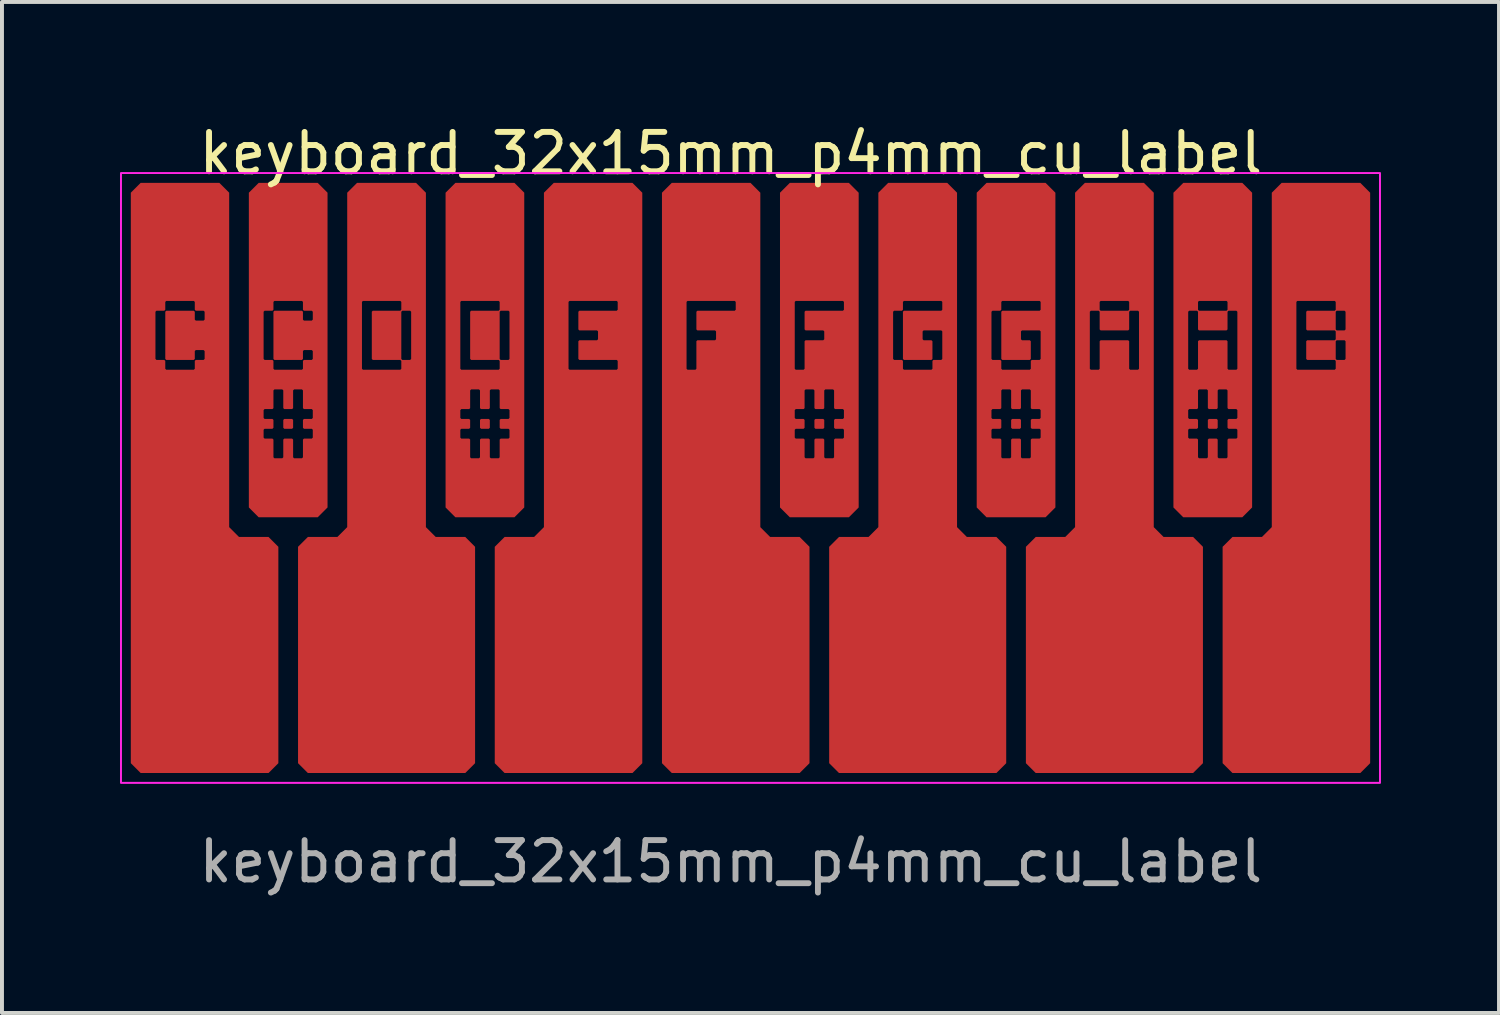
<source format=kicad_pcb>
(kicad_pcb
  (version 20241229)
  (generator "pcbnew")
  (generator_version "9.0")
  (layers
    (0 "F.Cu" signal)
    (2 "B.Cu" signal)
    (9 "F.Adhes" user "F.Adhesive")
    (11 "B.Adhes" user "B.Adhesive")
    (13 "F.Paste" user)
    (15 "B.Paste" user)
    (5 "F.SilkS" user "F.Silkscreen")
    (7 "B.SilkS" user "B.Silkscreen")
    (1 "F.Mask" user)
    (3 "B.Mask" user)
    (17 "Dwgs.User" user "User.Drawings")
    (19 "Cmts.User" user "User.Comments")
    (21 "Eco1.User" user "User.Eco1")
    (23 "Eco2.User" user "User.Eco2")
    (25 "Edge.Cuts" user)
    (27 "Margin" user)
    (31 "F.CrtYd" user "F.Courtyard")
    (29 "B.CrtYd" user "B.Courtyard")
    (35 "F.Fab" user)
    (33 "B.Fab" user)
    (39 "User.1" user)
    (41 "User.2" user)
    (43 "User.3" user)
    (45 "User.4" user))
  (footprint "keyboard_32x15mm_p4mm_cu_label"
    (layer "F.Cu")
    (at 15.525 1.598)
    (property "Reference" "keyboard_32x15mm_p4mm_cu_label" (at 0 -0.75 0) (unlocked yes) (layer "F.SilkS") (effects (font (size 1 1) (thickness 0.15))))
    (fp_poly (pts (xy -11.375 6.025) (xy -11.35 6) (xy -11.15 6) (xy -11.125 6.025) (xy -11.125 6.225) (xy -11.15 6.25) (xy -11.35 6.25) (xy -11.375 6.225)) (stroke (width 0) (type solid)) (fill yes) (layer "F.Cu"))
    (fp_poly (pts (xy -6.375 6.025) (xy -6.35 6) (xy -6.15 6) (xy -6.125 6.025) (xy -6.125 6.225) (xy -6.15 6.25) (xy -6.35 6.25) (xy -6.375 6.225)) (stroke (width 0) (type solid)) (fill yes) (layer "F.Cu"))
    (fp_poly (pts (xy 2.125 6.025) (xy 2.15 6) (xy 2.35 6) (xy 2.375 6.025) (xy 2.375 6.225) (xy 2.35 6.25) (xy 2.15 6.25) (xy 2.125 6.225)) (stroke (width 0) (type solid)) (fill yes) (layer "F.Cu"))
    (fp_poly (pts (xy 7.125 6.025) (xy 7.15 6) (xy 7.35 6) (xy 7.375 6.025) (xy 7.375 6.225) (xy 7.35 6.25) (xy 7.15 6.25) (xy 7.125 6.225)) (stroke (width 0) (type solid)) (fill yes) (layer "F.Cu"))
    (fp_poly (pts (xy 12.125 6.025) (xy 12.15 6) (xy 12.35 6) (xy 12.375 6.025) (xy 12.375 6.225) (xy 12.35 6.25) (xy 12.15 6.25) (xy 12.125 6.225)) (stroke (width 0) (type solid)) (fill yes) (layer "F.Cu"))
    (fp_poly (pts (xy -12.25 0.25) (xy -12 0) (xy -10.5 0) (xy -10.25 0.25) (xy -10.25 8.25) (xy -10.5 8.5) (xy -12 8.5) (xy -12.25 8.25)) (stroke (width 0) (type solid)) (fill yes) (layer "F.Mask"))
    (fp_poly (pts (xy -7.25 0.25) (xy -7 0) (xy -5.5 0) (xy -5.25 0.25) (xy -5.25 8.25) (xy -5.5 8.5) (xy -7 8.5) (xy -7.25 8.25)) (stroke (width 0) (type solid)) (fill yes) (layer "F.Mask"))
    (fp_poly (pts (xy 1.25 0.25) (xy 1.5 0) (xy 3 0) (xy 3.25 0.25) (xy 3.25 8.25) (xy 3 8.5) (xy 1.5 8.5) (xy 1.25 8.25)) (stroke (width 0) (type solid)) (fill yes) (layer "F.Mask"))
    (fp_poly (pts (xy 6.25 0.25) (xy 6.5 0) (xy 8 0) (xy 8.25 0.25) (xy 8.25 8.25) (xy 8 8.5) (xy 6.5 8.5) (xy 6.25 8.25)) (stroke (width 0) (type solid)) (fill yes) (layer "F.Mask"))
    (fp_poly (pts (xy 11.25 0.25) (xy 11.5 0) (xy 13 0) (xy 13.25 0.25) (xy 13.25 8.25) (xy 13 8.5) (xy 11.5 8.5) (xy 11.25 8.25)) (stroke (width 0) (type solid)) (fill yes) (layer "F.Mask"))
    (fp_poly (pts (xy -15.25 0.25) (xy -15 0) (xy -13 0) (xy -12.75 0.25) (xy -12.75 8.75) (xy -12.5 9) (xy -11.75 9) (xy -11.5 9.25) (xy -11.5 14.75) (xy -11.75 15) (xy -15 15) (xy -15.25 14.75)) (stroke (width 0) (type solid)) (fill yes) (layer "F.Mask"))
    (fp_poly (pts (xy -2.25 0.25) (xy -2.5 0) (xy -4.5 0) (xy -4.75 0.25) (xy -4.75 8.75) (xy -5 9) (xy -5.75 9) (xy -6 9.25) (xy -6 14.75) (xy -5.75 15) (xy -2.5 15) (xy -2.25 14.75)) (stroke (width 0) (type solid)) (fill yes) (layer "F.Mask"))
    (fp_poly (pts (xy -1.75 0.25) (xy -1.5 0) (xy 0.5 0) (xy 0.75 0.25) (xy 0.75 8.75) (xy 1 9) (xy 1.75 9) (xy 2 9.25) (xy 2 14.75) (xy 1.75 15) (xy -1.5 15) (xy -1.75 14.75)) (stroke (width 0) (type solid)) (fill yes) (layer "F.Mask"))
    (fp_poly (pts (xy 16.25 0.25) (xy 16 0) (xy 14 0) (xy 13.75 0.25) (xy 13.75 8.75) (xy 13.5 9) (xy 12.75 9) (xy 12.5 9.25) (xy 12.5 14.75) (xy 12.75 15) (xy 16 15) (xy 16.25 14.75)) (stroke (width 0) (type solid)) (fill yes) (layer "F.Mask"))
    (fp_poly (pts (xy -9.75 0.25) (xy -9.5 0) (xy -8 0) (xy -7.75 0.25) (xy -7.75 8.75) (xy -7.5 9) (xy -6.75 9) (xy -6.5 9.25) (xy -6.5 14.75) (xy -6.75 15) (xy -10.75 15) (xy -11 14.75) (xy -11 9.25) (xy -10.75 9) (xy -10 9) (xy -9.75 8.75)) (stroke (width 0) (type solid)) (fill yes) (layer "F.Mask"))
    (fp_poly (pts (xy 3.75 0.25) (xy 4 0) (xy 5.5 0) (xy 5.75 0.25) (xy 5.75 8.75) (xy 6 9) (xy 6.75 9) (xy 7 9.25) (xy 7 14.75) (xy 6.75 15) (xy 2.75 15) (xy 2.5 14.75) (xy 2.5 9.25) (xy 2.75 9) (xy 3.5 9) (xy 3.75 8.75)) (stroke (width 0) (type solid)) (fill yes) (layer "F.Mask"))
    (fp_poly (pts (xy 8.75 0.25) (xy 9 0) (xy 10.5 0) (xy 10.75 0.25) (xy 10.75 8.75) (xy 11 9) (xy 11.75 9) (xy 12 9.25) (xy 12 14.75) (xy 11.75 15) (xy 7.75 15) (xy 7.5 14.75) (xy 7.5 9.25) (xy 7.75 9) (xy 8.5 9) (xy 8.75 8.75)) (stroke (width 0) (type solid)) (fill yes) (layer "F.Mask"))
    (fp_rect (start -15.5 -0.25) (end 16.5 15.25) (stroke (width 0.05) (type default)) (fill no) (layer "F.CrtYd"))
    (fp_text user "${REFERENCE}" (at 0 17.25 0) (unlocked yes) (layer "F.Fab") (effects (font (size 1 1) (thickness 0.15))))
    (pad "1" connect custom (at -14.062 1.5) (size 1.625 2.5) (layers "F.Cu" "F.Mask") (options (anchor rect)) (primitives (gr_poly (pts (xy -0.938 -1.5) (xy -1.188 -1.25) (xy -1.188 13.25) (xy -0.938 13.5) (xy 2.312 13.5) (xy 2.562 13.25) (xy 2.562 7.75) (xy 2.312 7.5) (xy 1.562 7.5) (xy 1.312 7.25) (xy 1.312 2) (xy 0.463 2) (xy 0.438 1.975) (xy 0.438 1.775) (xy 0.412 1.75) (xy -0.287 1.75) (xy -0.312 1.775) (xy -0.312 2.975) (xy -0.287 3) (xy 0.412 3) (xy 0.438 2.975) (xy 0.438 2.775) (xy 0.463 2.75) (xy 0.662 2.75) (xy 0.688 2.775) (xy 0.688 2.975) (xy 0.662 3) (xy 0.463 3) (xy 0.438 3.025) (xy 0.438 3.225) (xy 0.412 3.25) (xy -0.287 3.25) (xy -0.312 3.225) (xy -0.312 3.025) (xy -0.338 3) (xy -0.537 3) (xy -0.562 2.975) (xy -0.562 1.775) (xy -0.537 1.75) (xy -0.338 1.75) (xy -0.312 1.725) (xy -0.312 1.525) (xy -0.287 1.5) (xy 0.412 1.5) (xy 0.438 1.525) (xy 0.438 1.725) (xy 0.463 1.75) (xy 0.662 1.75) (xy 0.688 1.775) (xy 0.688 1.975) (xy 0.662 2) (xy 1.312 2) (xy 1.312 -1.25) (xy 1.062 -1.5)) (width 0) (fill yes))))
    (pad "2" connect custom (at -11.25 1.5) (size 1.5 2.5) (layers "F.Cu" "F.Mask") (options (anchor rect)) (primitives (gr_poly (pts (xy -0.75 -1.5) (xy -1 -1.25) (xy -1 6.75) (xy -0.75 7) (xy 0.75 7) (xy 1 6.75) (xy 1 3.75) (xy 0.35 3.75) (xy 0.375 3.775) (xy 0.375 4.225) (xy 0.4 4.25) (xy 0.6 4.25) (xy 0.625 4.275) (xy 0.625 4.475) (xy 0.6 4.5) (xy 0.4 4.5) (xy 0.375 4.525) (xy 0.375 4.725) (xy 0.4 4.75) (xy 0.6 4.75) (xy 0.625 4.775) (xy 0.625 4.975) (xy 0.6 5) (xy 0.4 5) (xy 0.375 5.025) (xy 0.375 5.475) (xy 0.35 5.5) (xy 0.15 5.5) (xy 0.125 5.475) (xy 0.125 5.025) (xy 0.1 5) (xy -0.1 5) (xy -0.125 5.025) (xy -0.125 5.475) (xy -0.15 5.5) (xy -0.35 5.5) (xy -0.375 5.475) (xy -0.375 5.025) (xy -0.4 5) (xy -0.6 5) (xy -0.625 4.975) (xy -0.625 4.775) (xy -0.6 4.75) (xy -0.4 4.75) (xy -0.375 4.725) (xy -0.375 4.525) (xy -0.4 4.5) (xy -0.6 4.5) (xy -0.625 4.475) (xy -0.625 4.275) (xy -0.6 4.25) (xy -0.4 4.25) (xy -0.375 4.225) (xy -0.375 3.775) (xy -0.35 3.75) (xy -0.15 3.75) (xy -0.125 3.775) (xy -0.125 4.225) (xy -0.1 4.25) (xy 0.1 4.25) (xy 0.125 4.225) (xy 0.125 3.775) (xy 0.15 3.75) (xy 1 3.75) (xy 1 1.5) (xy 0.35 1.5) (xy 0.375 1.525) (xy 0.375 1.725) (xy 0.4 1.75) (xy 0.6 1.75) (xy 0.625 1.775) (xy 0.625 1.975) (xy 0.6 2) (xy 0.4 2) (xy 0.375 1.975) (xy 0.375 1.775) (xy 0.35 1.75) (xy -0.35 1.75) (xy -0.375 1.775) (xy -0.375 2.975) (xy -0.35 3) (xy 0.35 3) (xy 0.375 2.975) (xy 0.375 2.775) (xy 0.4 2.75) (xy 0.6 2.75) (xy 0.625 2.775) (xy 0.625 2.975) (xy 0.6 3) (xy 0.4 3) (xy 0.375 3.025) (xy 0.375 3.225) (xy 0.35 3.25) (xy -0.35 3.25) (xy -0.375 3.225) (xy -0.375 3.025) (xy -0.4 3) (xy -0.6 3) (xy -0.625 2.975) (xy -0.625 1.775) (xy -0.6 1.75) (xy -0.4 1.75) (xy -0.375 1.725) (xy -0.375 1.525) (xy -0.35 1.5) (xy 1 1.5) (xy 1 -1.25) (xy 0.75 -1.5)) (width 0) (fill yes))))
    (pad "3" connect custom (at -8.75 1.5) (size 1.5 2.5) (layers "F.Cu" "F.Mask") (options (anchor rect)) (primitives (gr_poly (pts (xy -0.75 -1.5) (xy -1 -1.25) (xy -1 7.25) (xy -1.25 7.5) (xy -2 7.5) (xy -2.25 7.75) (xy -2.25 13.25) (xy -2 13.5) (xy 2 13.5) (xy 2.25 13.25) (xy 2.25 7.75) (xy 2 7.5) (xy 1.25 7.5) (xy 1 7.25) (xy 1 3) (xy 0.35 3) (xy 0.375 3.025) (xy 0.375 3.225) (xy 0.35 3.25) (xy -0.6 3.25) (xy -0.625 3.225) (xy -0.625 1.525) (xy -0.6 1.5) (xy 0.35 1.5) (xy 0.375 1.525) (xy 0.375 1.725) (xy 0.35 1.75) (xy -0.35 1.75) (xy -0.375 1.775) (xy -0.375 2.975) (xy -0.35 3) (xy 0.4 3) (xy 0.375 2.975) (xy 0.375 1.775) (xy 0.4 1.75) (xy 0.6 1.75) (xy 0.625 1.775) (xy 0.625 2.975) (xy 0.6 3) (xy 1 3) (xy 1 -1.25) (xy 0.75 -1.5)) (width 0) (fill yes))))
    (pad "4" connect custom (at -6.25 1.5) (size 1.5 2.5) (layers "F.Cu" "F.Mask") (options (anchor rect)) (primitives (gr_poly (pts (xy -0.75 -1.5) (xy -1 -1.25) (xy -1 6.75) (xy -0.75 7) (xy 0.75 7) (xy 1 6.75) (xy 1 3.75) (xy 0.35 3.75) (xy 0.375 3.775) (xy 0.375 4.225) (xy 0.4 4.25) (xy 0.6 4.25) (xy 0.625 4.275) (xy 0.625 4.475) (xy 0.6 4.5) (xy 0.4 4.5) (xy 0.375 4.525) (xy 0.375 4.725) (xy 0.4 4.75) (xy 0.6 4.75) (xy 0.625 4.775) (xy 0.625 4.975) (xy 0.6 5) (xy 0.4 5) (xy 0.375 5.025) (xy 0.375 5.475) (xy 0.35 5.5) (xy 0.15 5.5) (xy 0.125 5.475) (xy 0.125 5.025) (xy 0.1 5) (xy -0.1 5) (xy -0.125 5.025) (xy -0.125 5.475) (xy -0.15 5.5) (xy -0.35 5.5) (xy -0.375 5.475) (xy -0.375 5.025) (xy -0.4 5) (xy -0.6 5) (xy -0.625 4.975) (xy -0.625 4.775) (xy -0.6 4.75) (xy -0.4 4.75) (xy -0.375 4.725) (xy -0.375 4.525) (xy -0.4 4.5) (xy -0.6 4.5) (xy -0.625 4.475) (xy -0.625 4.275) (xy -0.6 4.25) (xy -0.4 4.25) (xy -0.375 4.225) (xy -0.375 3.775) (xy -0.35 3.75) (xy -0.15 3.75) (xy -0.125 3.775) (xy -0.125 4.225) (xy -0.1 4.25) (xy 0.1 4.25) (xy 0.125 4.225) (xy 0.125 3.775) (xy 0.15 3.75) (xy 1 3.75) (xy 1 3) (xy 0.35 3) (xy 0.375 3.025) (xy 0.375 3.225) (xy 0.35 3.25) (xy -0.6 3.25) (xy -0.625 3.225) (xy -0.625 1.525) (xy -0.6 1.5) (xy 0.35 1.5) (xy 0.375 1.525) (xy 0.375 1.725) (xy 0.35 1.75) (xy -0.35 1.75) (xy -0.375 1.775) (xy -0.375 2.975) (xy -0.35 3) (xy 0.4 3) (xy 0.375 2.975) (xy 0.375 1.775) (xy 0.4 1.75) (xy 0.6 1.75) (xy 0.625 1.775) (xy 0.625 2.975) (xy 0.6 3) (xy 1 3) (xy 1 -1.25) (xy 0.75 -1.5)) (width 0) (fill yes))))
    (pad "5" connect custom (at -3.5 1.5) (size 1.5 2.5) (layers "F.Cu" "F.Mask") (options (anchor rect)) (primitives (gr_poly (pts (xy -1 -1.5) (xy -1.25 -1.25) (xy -1.25 7.25) (xy -1.5 7.5) (xy -2.25 7.5) (xy -2.5 7.75) (xy -2.5 13.25) (xy -2.25 13.5) (xy 1 13.5) (xy 1.25 13.25) (xy 1.25 1.5) (xy 0.6 1.5) (xy 0.625 1.525) (xy 0.625 1.725) (xy 0.6 1.75) (xy -0.35 1.75) (xy -0.375 1.775) (xy -0.375 2.225) (xy -0.35 2.25) (xy 0.1 2.25) (xy 0.125 2.275) (xy 0.125 2.475) (xy 0.1 2.5) (xy -0.35 2.5) (xy -0.375 2.525) (xy -0.375 2.975) (xy -0.35 3) (xy 0.6 3) (xy 0.625 3.025) (xy 0.625 3.225) (xy 0.6 3.25) (xy -0.6 3.25) (xy -0.625 3.225) (xy -0.625 1.525) (xy -0.6 1.5) (xy 1.25 1.5) (xy 1.25 -1.25) (xy 1 -1.5)) (width 0) (fill yes))))
    (pad "6" connect custom (at -0.5 1.5) (size 1.5 2.5) (layers "F.Cu" "F.Mask") (options (anchor rect)) (primitives (gr_poly (pts (xy -1 -1.5) (xy -1.25 -1.25) (xy -1.25 13.25) (xy -1 13.5) (xy 2.25 13.5) (xy 2.5 13.25) (xy 2.5 7.75) (xy 2.25 7.5) (xy 1.5 7.5) (xy 1.25 7.25) (xy 1.25 1.5) (xy 0.6 1.5) (xy 0.625 1.525) (xy 0.625 1.725) (xy 0.6 1.75) (xy -0.35 1.75) (xy -0.375 1.775) (xy -0.375 2.225) (xy -0.35 2.25) (xy 0.1 2.25) (xy 0.125 2.275) (xy 0.125 2.475) (xy 0.1 2.5) (xy -0.35 2.5) (xy -0.375 2.525) (xy -0.375 3.225) (xy -0.4 3.25) (xy -0.6 3.25) (xy -0.625 3.225) (xy -0.625 1.525) (xy -0.6 1.5) (xy 1.25 1.5) (xy 1.25 -1.25) (xy 1 -1.5)) (width 0) (fill yes))))
    (pad "7" connect custom (at 2.25 1.5) (size 1.5 2.5) (layers "F.Cu" "F.Mask") (options (anchor rect)) (primitives (gr_poly (pts (xy -0.75 -1.5) (xy -1 -1.25) (xy -1 6.75) (xy -0.75 7) (xy 0.75 7) (xy 1 6.75) (xy 1 3.75) (xy 0.35 3.75) (xy 0.375 3.775) (xy 0.375 4.225) (xy 0.4 4.25) (xy 0.6 4.25) (xy 0.625 4.275) (xy 0.625 4.475) (xy 0.6 4.5) (xy 0.4 4.5) (xy 0.375 4.525) (xy 0.375 4.725) (xy 0.4 4.75) (xy 0.6 4.75) (xy 0.625 4.775) (xy 0.625 4.975) (xy 0.6 5) (xy 0.4 5) (xy 0.375 5.025) (xy 0.375 5.475) (xy 0.35 5.5) (xy 0.15 5.5) (xy 0.125 5.475) (xy 0.125 5.025) (xy 0.1 5) (xy -0.1 5) (xy -0.125 5.025) (xy -0.125 5.475) (xy -0.15 5.5) (xy -0.35 5.5) (xy -0.375 5.475) (xy -0.375 5.025) (xy -0.4 5) (xy -0.6 5) (xy -0.625 4.975) (xy -0.625 4.775) (xy -0.6 4.75) (xy -0.4 4.75) (xy -0.375 4.725) (xy -0.375 4.525) (xy -0.4 4.5) (xy -0.6 4.5) (xy -0.625 4.475) (xy -0.625 4.275) (xy -0.6 4.25) (xy -0.4 4.25) (xy -0.375 4.225) (xy -0.375 3.775) (xy -0.35 3.75) (xy -0.15 3.75) (xy -0.125 3.775) (xy -0.125 4.225) (xy -0.1 4.25) (xy 0.1 4.25) (xy 0.125 4.225) (xy 0.125 3.775) (xy 0.15 3.75) (xy 1 3.75) (xy 1 1.5) (xy 0.6 1.5) (xy 0.625 1.525) (xy 0.625 1.725) (xy 0.6 1.75) (xy -0.35 1.75) (xy -0.375 1.775) (xy -0.375 2.225) (xy -0.35 2.25) (xy 0.1 2.25) (xy 0.125 2.275) (xy 0.125 2.475) (xy 0.1 2.5) (xy -0.35 2.5) (xy -0.375 2.525) (xy -0.375 3.225) (xy -0.4 3.25) (xy -0.6 3.25) (xy -0.625 3.225) (xy -0.625 1.525) (xy -0.6 1.5) (xy 1 1.5) (xy 1 -1.25) (xy 0.75 -1.5)) (width 0) (fill yes))))
    (pad "8" connect custom (at 4.75 1.5) (size 1.5 2.5) (layers "F.Cu" "F.Mask") (options (anchor rect)) (primitives (gr_poly (pts (xy -0.75 -1.5) (xy -1 -1.25) (xy -1 7.25) (xy -1.25 7.5) (xy -2 7.5) (xy -2.25 7.75) (xy -2.25 13.25) (xy -2 13.5) (xy 2 13.5) (xy 2.25 13.25) (xy 2.25 7.75) (xy 2 7.5) (xy 1.25 7.5) (xy 1 7.25) (xy 1 1.5) (xy 0.6 1.5) (xy 0.625 1.525) (xy 0.625 1.725) (xy 0.6 1.75) (xy -0.35 1.75) (xy -0.375 1.775) (xy -0.375 2.975) (xy -0.35 3) (xy 0.35 3) (xy 0.375 2.975) (xy 0.375 2.525) (xy 0.35 2.5) (xy 0.15 2.5) (xy 0.125 2.475) (xy 0.125 2.275) (xy 0.15 2.25) (xy 0.6 2.25) (xy 0.625 2.275) (xy 0.625 2.975) (xy 0.6 3) (xy 0.4 3) (xy 0.375 3.025) (xy 0.375 3.225) (xy 0.35 3.25) (xy -0.35 3.25) (xy -0.375 3.225) (xy -0.375 3.025) (xy -0.4 3) (xy -0.6 3) (xy -0.625 2.975) (xy -0.625 1.775) (xy -0.6 1.75) (xy -0.4 1.75) (xy -0.375 1.725) (xy -0.375 1.525) (xy -0.35 1.5) (xy 1 1.5) (xy 1 -1.25) (xy 0.75 -1.5)) (width 0) (fill yes))))
    (pad "9" connect custom (at 7.25 1.5) (size 1.5 2.5) (layers "F.Cu" "F.Mask") (options (anchor rect)) (primitives (gr_poly (pts (xy -0.75 -1.5) (xy -1 -1.25) (xy -1 6.75) (xy -0.75 7) (xy 0.75 7) (xy 1 6.75) (xy 1 3.75) (xy 0.35 3.75) (xy 0.375 3.775) (xy 0.375 4.225) (xy 0.4 4.25) (xy 0.6 4.25) (xy 0.625 4.275) (xy 0.625 4.475) (xy 0.6 4.5) (xy 0.4 4.5) (xy 0.375 4.525) (xy 0.375 4.725) (xy 0.4 4.75) (xy 0.6 4.75) (xy 0.625 4.775) (xy 0.625 4.975) (xy 0.6 5) (xy 0.4 5) (xy 0.375 5.025) (xy 0.375 5.475) (xy 0.35 5.5) (xy 0.15 5.5) (xy 0.125 5.475) (xy 0.125 5.025) (xy 0.1 5) (xy -0.1 5) (xy -0.125 5.025) (xy -0.125 5.475) (xy -0.15 5.5) (xy -0.35 5.5) (xy -0.375 5.475) (xy -0.375 5.025) (xy -0.4 5) (xy -0.6 5) (xy -0.625 4.975) (xy -0.625 4.775) (xy -0.6 4.75) (xy -0.4 4.75) (xy -0.375 4.725) (xy -0.375 4.525) (xy -0.4 4.5) (xy -0.6 4.5) (xy -0.625 4.475) (xy -0.625 4.275) (xy -0.6 4.25) (xy -0.4 4.25) (xy -0.375 4.225) (xy -0.375 3.775) (xy -0.35 3.75) (xy -0.15 3.75) (xy -0.125 3.775) (xy -0.125 4.225) (xy -0.1 4.25) (xy 0.1 4.25) (xy 0.125 4.225) (xy 0.125 3.775) (xy 0.15 3.75) (xy 1 3.75) (xy 1 1.5) (xy 0.6 1.5) (xy 0.625 1.525) (xy 0.625 1.725) (xy 0.6 1.75) (xy -0.35 1.75) (xy -0.375 1.775) (xy -0.375 2.975) (xy -0.35 3) (xy 0.35 3) (xy 0.375 2.975) (xy 0.375 2.525) (xy 0.35 2.5) (xy 0.15 2.5) (xy 0.125 2.475) (xy 0.125 2.275) (xy 0.15 2.25) (xy 0.6 2.25) (xy 0.625 2.275) (xy 0.625 2.975) (xy 0.6 3) (xy 0.4 3) (xy 0.375 3.025) (xy 0.375 3.225) (xy 0.35 3.25) (xy -0.35 3.25) (xy -0.375 3.225) (xy -0.375 3.025) (xy -0.4 3) (xy -0.6 3) (xy -0.625 2.975) (xy -0.625 1.775) (xy -0.6 1.75) (xy -0.4 1.75) (xy -0.375 1.725) (xy -0.375 1.525) (xy -0.35 1.5) (xy 1 1.5) (xy 1 -1.25) (xy 0.75 -1.5)) (width 0) (fill yes))))
    (pad "10" connect custom (at 9.75 1.5) (size 1.5 2.5) (layers "F.Cu" "F.Mask") (options (anchor rect)) (primitives (gr_poly (pts (xy -0.75 -1.5) (xy -1 -1.25) (xy -1 7.25) (xy -1.25 7.5) (xy -2 7.5) (xy -2.25 7.75) (xy -2.25 13.25) (xy -2 13.5) (xy 2 13.5) (xy 2.25 13.25) (xy 2.25 7.75) (xy 2 7.5) (xy 1.25 7.5) (xy 1 7.25) (xy 1 1.5) (xy 0.35 1.5) (xy 0.375 1.525) (xy 0.375 1.725) (xy 0.35 1.75) (xy -0.4 1.75) (xy -0.375 1.775) (xy -0.375 2.225) (xy -0.35 2.25) (xy 0.35 2.25) (xy 0.375 2.225) (xy 0.375 1.775) (xy 0.4 1.75) (xy 0.6 1.75) (xy 0.625 1.775) (xy 0.625 3.225) (xy 0.6 3.25) (xy 0.4 3.25) (xy 0.375 3.225) (xy 0.375 2.525) (xy 0.35 2.5) (xy -0.35 2.5) (xy -0.375 2.525) (xy -0.375 3.225) (xy -0.4 3.25) (xy -0.6 3.25) (xy -0.625 3.225) (xy -0.625 1.775) (xy -0.6 1.75) (xy -0.35 1.75) (xy -0.375 1.725) (xy -0.375 1.525) (xy -0.35 1.5) (xy 1 1.5) (xy 1 -1.25) (xy 0.75 -1.5)) (width 0) (fill yes))))
    (pad "11" connect custom (at 12.25 1.5) (size 1.5 2.5) (layers "F.Cu" "F.Mask") (options (anchor rect)) (primitives (gr_poly (pts (xy -0.75 -1.5) (xy -1 -1.25) (xy -1 6.75) (xy -0.75 7) (xy 0.75 7) (xy 1 6.75) (xy 1 3.75) (xy 0.35 3.75) (xy 0.375 3.775) (xy 0.375 4.225) (xy 0.4 4.25) (xy 0.6 4.25) (xy 0.625 4.275) (xy 0.625 4.475) (xy 0.6 4.5) (xy 0.4 4.5) (xy 0.375 4.525) (xy 0.375 4.725) (xy 0.4 4.75) (xy 0.6 4.75) (xy 0.625 4.775) (xy 0.625 4.975) (xy 0.6 5) (xy 0.4 5) (xy 0.375 5.025) (xy 0.375 5.475) (xy 0.35 5.5) (xy 0.15 5.5) (xy 0.125 5.475) (xy 0.125 5.025) (xy 0.1 5) (xy -0.1 5) (xy -0.125 5.025) (xy -0.125 5.475) (xy -0.15 5.5) (xy -0.35 5.5) (xy -0.375 5.475) (xy -0.375 5.025) (xy -0.4 5) (xy -0.6 5) (xy -0.625 4.975) (xy -0.625 4.775) (xy -0.6 4.75) (xy -0.4 4.75) (xy -0.375 4.725) (xy -0.375 4.525) (xy -0.4 4.5) (xy -0.6 4.5) (xy -0.625 4.475) (xy -0.625 4.275) (xy -0.6 4.25) (xy -0.4 4.25) (xy -0.375 4.225) (xy -0.375 3.775) (xy -0.35 3.75) (xy -0.15 3.75) (xy -0.125 3.775) (xy -0.125 4.225) (xy -0.1 4.25) (xy 0.1 4.25) (xy 0.125 4.225) (xy 0.125 3.775) (xy 0.15 3.75) (xy 1 3.75) (xy 1 1.5) (xy 0.35 1.5) (xy 0.375 1.525) (xy 0.375 1.725) (xy 0.35 1.75) (xy -0.4 1.75) (xy -0.375 1.775) (xy -0.375 2.225) (xy -0.35 2.25) (xy 0.35 2.25) (xy 0.375 2.225) (xy 0.375 1.775) (xy 0.4 1.75) (xy 0.6 1.75) (xy 0.625 1.775) (xy 0.625 3.225) (xy 0.6 3.25) (xy 0.4 3.25) (xy 0.375 3.225) (xy 0.375 2.525) (xy 0.35 2.5) (xy -0.35 2.5) (xy -0.375 2.525) (xy -0.375 3.225) (xy -0.4 3.25) (xy -0.6 3.25) (xy -0.625 3.225) (xy -0.625 1.775) (xy -0.6 1.75) (xy -0.35 1.75) (xy -0.375 1.725) (xy -0.375 1.525) (xy -0.35 1.5) (xy 1 1.5) (xy 1 -1.25) (xy 0.75 -1.5)) (width 0) (fill yes))))
    (pad "12" connect custom (at 15 1.5) (size 1.5 2.5) (layers "F.Cu" "F.Mask") (options (anchor rect)) (primitives (gr_poly (pts (xy -1 -1.5) (xy -1.25 -1.25) (xy -1.25 7.25) (xy -1.5 7.5) (xy -2.25 7.5) (xy -2.5 7.75) (xy -2.5 13.25) (xy -2.25 13.5) (xy 1 13.5) (xy 1.25 13.25) (xy 1.25 1.5) (xy 0.35 1.5) (xy 0.375 1.525) (xy 0.375 1.725) (xy 0.35 1.75) (xy -0.35 1.75) (xy -0.375 1.775) (xy -0.375 2.225) (xy -0.35 2.25) (xy 0.4 2.25) (xy 0.375 2.225) (xy 0.375 1.775) (xy 0.4 1.75) (xy 0.6 1.75) (xy 0.625 1.775) (xy 0.625 2.225) (xy 0.6 2.25) (xy 0.35 2.25) (xy 0.375 2.275) (xy 0.375 2.475) (xy 0.35 2.5) (xy -0.35 2.5) (xy -0.375 2.525) (xy -0.375 2.975) (xy -0.35 3) (xy 0.4 3) (xy 0.375 2.975) (xy 0.375 2.525) (xy 0.4 2.5) (xy 0.6 2.5) (xy 0.625 2.525) (xy 0.625 2.975) (xy 0.6 3) (xy 0.35 3) (xy 0.375 3.025) (xy 0.375 3.225) (xy 0.35 3.25) (xy -0.6 3.25) (xy -0.625 3.225) (xy -0.625 1.525) (xy -0.6 1.5) (xy 1.25 1.5) (xy 1.25 -1.25) (xy 1 -1.5)) (width 0) (fill yes))))
    (zone (net_name "") (layer "F.Cu") (hatch edge 0.5) (connect_pads) (min_thickness 0.25) (filled_areas_thickness no) (keepout (tracks not_allowed) (vias not_allowed) (pads allowed) (copperpour not_allowed) (footprints allowed)) (placement (enabled no)) (fill) (polygon (pts (xy 7.15 4.873) (xy 7.175 4.848) (xy 7.375 4.848) (xy 7.4 4.873) (xy 7.4 6.073) (xy 7.375 6.098) (xy 7.175 6.098) (xy 7.15 6.073))))
    (zone (net_name "") (layer "F.Cu") (hatch edge 0.5) (connect_pads) (min_thickness 0.25) (filled_areas_thickness no) (keepout (tracks not_allowed) (vias not_allowed) (pads allowed) (copperpour not_allowed) (footprints allowed)) (placement (enabled no)) (fill) (polygon (pts (xy 9.65 4.873) (xy 9.675 4.848) (xy 9.875 4.848) (xy 9.9 4.873) (xy 9.9 6.073) (xy 9.875 6.098) (xy 9.675 6.098) (xy 9.65 6.073))))
    (zone (net_name "") (layer "F.Cu") (hatch edge 0.5) (connect_pads) (min_thickness 0.25) (filled_areas_thickness no) (keepout (tracks not_allowed) (vias not_allowed) (pads allowed) (copperpour not_allowed) (footprints allowed)) (placement (enabled no)) (fill) (polygon (pts (xy 24.925 4.848) (xy 24.9 4.823) (xy 24.9 4.623) (xy 24.925 4.598) (xy 25.625 4.598) (xy 25.65 4.623) (xy 25.65 4.823) (xy 25.625 4.848))))
    (zone (net_name "") (layer "F.Cu") (hatch edge 0.5) (connect_pads) (min_thickness 0.25) (filled_areas_thickness no) (keepout (tracks not_allowed) (vias not_allowed) (pads allowed) (copperpour not_allowed) (footprints allowed)) (placement (enabled no)) (fill) (polygon (pts (xy 27.425 4.848) (xy 27.4 4.823) (xy 27.4 4.623) (xy 27.425 4.598) (xy 28.125 4.598) (xy 28.15 4.623) (xy 28.15 4.823) (xy 28.125 4.848))))
    (zone (net_name "") (layer "F.Cu") (hatch edge 0.5) (connect_pads) (min_thickness 0.25) (filled_areas_thickness no) (keepout (tracks not_allowed) (vias not_allowed) (pads allowed) (copperpour not_allowed) (footprints allowed)) (placement (enabled no)) (fill) (polygon (pts (xy 30.9 4.873) (xy 30.925 4.848) (xy 31.125 4.848) (xy 31.15 4.873) (xy 31.15 5.323) (xy 31.125 5.348) (xy 30.925 5.348) (xy 30.9 5.323))))
    (zone (net_name "") (layer "F.Cu") (hatch edge 0.5) (connect_pads) (min_thickness 0.25) (filled_areas_thickness no) (keepout (tracks not_allowed) (vias not_allowed) (pads allowed) (copperpour not_allowed) (footprints allowed)) (placement (enabled no)) (fill) (polygon (pts (xy 30.9 5.623) (xy 30.925 5.598) (xy 31.125 5.598) (xy 31.15 5.623) (xy 31.15 6.073) (xy 31.125 6.098) (xy 30.925 6.098) (xy 30.9 6.073))))
    (zone (net_name "") (layer "F.Cu") (hatch edge 0.5) (connect_pads) (min_thickness 0.25) (filled_areas_thickness no) (keepout (tracks not_allowed) (vias not_allowed) (pads allowed) (copperpour not_allowed) (footprints allowed)) (placement (enabled no)) (fill) (polygon (pts (xy 7.125 4.848) (xy 7.15 4.823) (xy 7.15 4.623) (xy 7.125 4.598) (xy 6.175 4.598) (xy 6.15 4.623) (xy 6.15 6.323) (xy 6.175 6.348) (xy 7.125 6.348) (xy 7.15 6.323) (xy 7.15 6.123) (xy 7.125 6.098) (xy 6.425 6.098) (xy 6.4 6.073) (xy 6.4 4.873) (xy 6.425 4.848))))
    (zone (net_name "") (layer "F.Cu") (hatch edge 0.5) (connect_pads) (min_thickness 0.25) (filled_areas_thickness no) (keepout (tracks not_allowed) (vias not_allowed) (pads allowed) (copperpour not_allowed) (footprints allowed)) (placement (enabled no)) (fill) (polygon (pts (xy 9.625 4.848) (xy 9.65 4.823) (xy 9.65 4.623) (xy 9.625 4.598) (xy 8.675 4.598) (xy 8.65 4.623) (xy 8.65 6.323) (xy 8.675 6.348) (xy 9.625 6.348) (xy 9.65 6.323) (xy 9.65 6.123) (xy 9.625 6.098) (xy 8.925 6.098) (xy 8.9 6.073) (xy 8.9 4.873) (xy 8.925 4.848))))
    (zone (net_name "") (layer "F.Cu") (hatch edge 0.5) (connect_pads) (min_thickness 0.25) (filled_areas_thickness no) (keepout (tracks not_allowed) (vias not_allowed) (pads allowed) (copperpour not_allowed) (footprints allowed)) (placement (enabled no)) (fill) (polygon (pts (xy 15.65 4.623) (xy 15.625 4.598) (xy 14.425 4.598) (xy 14.4 4.623) (xy 14.4 6.323) (xy 14.425 6.348) (xy 14.625 6.348) (xy 14.65 6.323) (xy 14.65 6.073) (xy 14.65 5.623) (xy 14.675 5.598) (xy 15.125 5.598) (xy 15.15 5.573) (xy 15.15 5.373) (xy 15.125 5.348) (xy 14.675 5.348) (xy 14.65 5.323) (xy 14.65 4.873) (xy 14.675 4.848) (xy 15.625 4.848) (xy 15.65 4.823))))
    (zone (net_name "") (layer "F.Cu") (hatch edge 0.5) (connect_pads) (min_thickness 0.25) (filled_areas_thickness no) (keepout (tracks not_allowed) (vias not_allowed) (pads allowed) (copperpour not_allowed) (footprints allowed)) (placement (enabled no)) (fill) (polygon (pts (xy 18.4 4.623) (xy 18.375 4.598) (xy 17.175 4.598) (xy 17.15 4.623) (xy 17.15 6.323) (xy 17.175 6.348) (xy 17.375 6.348) (xy 17.4 6.323) (xy 17.4 6.073) (xy 17.4 5.623) (xy 17.425 5.598) (xy 17.875 5.598) (xy 17.9 5.573) (xy 17.9 5.373) (xy 17.875 5.348) (xy 17.425 5.348) (xy 17.4 5.323) (xy 17.4 4.873) (xy 17.425 4.848) (xy 18.375 4.848) (xy 18.4 4.823))))
    (zone (net_name "") (layer "F.Cu") (hatch edge 0.5) (connect_pads) (min_thickness 0.25) (filled_areas_thickness no) (keepout (tracks not_allowed) (vias not_allowed) (pads allowed) (copperpour not_allowed) (footprints allowed)) (placement (enabled no)) (fill) (polygon (pts (xy 12.65 4.623) (xy 12.625 4.598) (xy 11.425 4.598) (xy 11.4 4.623) (xy 11.4 6.323) (xy 11.425 6.348) (xy 12.625 6.348) (xy 12.65 6.323) (xy 12.65 6.123) (xy 12.625 6.098) (xy 11.675 6.098) (xy 11.65 6.073) (xy 11.65 5.623) (xy 11.675 5.598) (xy 12.125 5.598) (xy 12.15 5.573) (xy 12.15 5.373) (xy 12.125 5.348) (xy 11.675 5.348) (xy 11.65 5.323) (xy 11.65 4.873) (xy 11.675 4.848) (xy 12.625 4.848) (xy 12.65 4.823))))
    (zone (net_name "") (layer "F.Cu") (hatch edge 0.5) (connect_pads) (min_thickness 0.25) (filled_areas_thickness no) (keepout (tracks not_allowed) (vias not_allowed) (pads allowed) (copperpour not_allowed) (footprints allowed)) (placement (enabled no)) (fill) (polygon (pts (xy 24.9 4.873) (xy 24.875 4.848) (xy 24.675 4.848) (xy 24.65 4.873) (xy 24.65 6.323) (xy 24.675 6.348) (xy 24.875 6.348) (xy 24.9 6.323) (xy 24.9 5.623) (xy 24.925 5.598) (xy 25.625 5.598) (xy 25.65 5.623) (xy 25.65 6.323) (xy 25.675 6.348) (xy 25.875 6.348) (xy 25.9 6.323) (xy 25.9 4.873) (xy 25.875 4.848) (xy 25.675 4.848) (xy 25.65 4.873) (xy 25.65 5.323) (xy 25.625 5.348) (xy 24.925 5.348) (xy 24.9 5.323))))
    (zone (net_name "") (layer "F.Cu") (hatch edge 0.5) (connect_pads) (min_thickness 0.25) (filled_areas_thickness no) (keepout (tracks not_allowed) (vias not_allowed) (pads allowed) (copperpour not_allowed) (footprints allowed)) (placement (enabled no)) (fill) (polygon (pts (xy 27.4 4.873) (xy 27.375 4.848) (xy 27.175 4.848) (xy 27.15 4.873) (xy 27.15 6.323) (xy 27.175 6.348) (xy 27.375 6.348) (xy 27.4 6.323) (xy 27.4 5.623) (xy 27.425 5.598) (xy 28.125 5.598) (xy 28.15 5.623) (xy 28.15 6.323) (xy 28.175 6.348) (xy 28.375 6.348) (xy 28.4 6.323) (xy 28.4 4.873) (xy 28.375 4.848) (xy 28.175 4.848) (xy 28.15 4.873) (xy 28.15 5.323) (xy 28.125 5.348) (xy 27.425 5.348) (xy 27.4 5.323))))
    (zone (net_name "") (layer "F.Cu") (hatch edge 0.5) (connect_pads) (min_thickness 0.25) (filled_areas_thickness no) (keepout (tracks not_allowed) (vias not_allowed) (pads allowed) (copperpour not_allowed) (footprints allowed)) (placement (enabled no)) (fill) (polygon (pts (xy 30.9 4.623) (xy 30.875 4.598) (xy 29.925 4.598) (xy 29.9 4.623) (xy 29.9 6.323) (xy 29.925 6.348) (xy 30.875 6.348) (xy 30.9 6.323) (xy 30.9 6.123) (xy 30.875 6.098) (xy 30.175 6.098) (xy 30.15 6.073) (xy 30.15 5.623) (xy 30.175 5.598) (xy 30.875 5.598) (xy 30.9 5.573) (xy 30.9 5.373) (xy 30.875 5.348) (xy 30.175 5.348) (xy 30.15 5.323) (xy 30.15 4.873) (xy 30.175 4.848) (xy 30.875 4.848) (xy 30.9 4.823))))
    (zone (net_name "") (layer "F.Cu") (hatch edge 0.5) (connect_pads) (min_thickness 0.25) (filled_areas_thickness no) (keepout (tracks not_allowed) (vias not_allowed) (pads allowed) (copperpour not_allowed) (footprints allowed)) (placement (enabled no)) (fill) (polygon (pts (xy 20.9 4.623) (xy 20.875 4.598) (xy 19.925 4.598) (xy 19.9 4.623) (xy 19.9 4.823) (xy 19.875 4.848) (xy 19.675 4.848) (xy 19.65 4.873) (xy 19.65 6.073) (xy 19.675 6.098) (xy 19.875 6.098) (xy 19.9 6.123) (xy 19.9 6.323) (xy 19.925 6.348) (xy 20.625 6.348) (xy 20.65 6.323) (xy 20.65 6.123) (xy 20.675 6.098) (xy 20.875 6.098) (xy 20.9 6.073) (xy 20.9 5.373) (xy 20.875 5.348) (xy 20.425 5.348) (xy 20.4 5.373) (xy 20.4 5.573) (xy 20.425 5.598) (xy 20.625 5.598) (xy 20.65 5.623) (xy 20.65 6.073) (xy 20.625 6.098) (xy 19.925 6.098) (xy 19.9 6.073) (xy 19.9 4.873) (xy 19.925 4.848) (xy 20.875 4.848) (xy 20.9 4.823))))
    (zone (net_name "") (layer "F.Cu") (hatch edge 0.5) (connect_pads) (min_thickness 0.25) (filled_areas_thickness no) (keepout (tracks not_allowed) (vias not_allowed) (pads allowed) (copperpour not_allowed) (footprints allowed)) (placement (enabled no)) (fill) (polygon (pts (xy 23.4 4.623) (xy 23.375 4.598) (xy 22.425 4.598) (xy 22.4 4.623) (xy 22.4 4.823) (xy 22.375 4.848) (xy 22.175 4.848) (xy 22.15 4.873) (xy 22.15 6.073) (xy 22.175 6.098) (xy 22.375 6.098) (xy 22.4 6.123) (xy 22.4 6.323) (xy 22.425 6.348) (xy 23.125 6.348) (xy 23.15 6.323) (xy 23.15 6.123) (xy 23.175 6.098) (xy 23.375 6.098) (xy 23.4 6.073) (xy 23.4 5.373) (xy 23.375 5.348) (xy 22.925 5.348) (xy 22.9 5.373) (xy 22.9 5.573) (xy 22.925 5.598) (xy 23.125 5.598) (xy 23.15 5.623) (xy 23.15 6.073) (xy 23.125 6.098) (xy 22.425 6.098) (xy 22.4 6.073) (xy 22.4 4.873) (xy 22.425 4.848) (xy 23.375 4.848) (xy 23.4 4.823))))
    (zone (net_name "") (layer "F.Cu") (hatch edge 0.5) (connect_pads) (min_thickness 0.25) (filled_areas_thickness no) (keepout (tracks not_allowed) (vias not_allowed) (pads allowed) (copperpour not_allowed) (footprints allowed)) (placement (enabled no)) (fill) (polygon (pts (xy 1.9 5.073) (xy 1.925 5.098) (xy 2.125 5.098) (xy 2.15 5.073) (xy 2.15 4.873) (xy 2.125 4.848) (xy 1.925 4.848) (xy 1.9 4.823) (xy 1.9 4.623) (xy 1.875 4.598) (xy 1.175 4.598) (xy 1.15 4.623) (xy 1.15 4.823) (xy 1.125 4.848) (xy 0.925 4.848) (xy 0.9 4.873) (xy 0.9 6.073) (xy 0.925 6.098) (xy 1.125 6.098) (xy 1.15 6.123) (xy 1.15 6.323) (xy 1.175 6.348) (xy 1.875 6.348) (xy 1.9 6.323) (xy 1.9 6.123) (xy 1.925 6.098) (xy 2.125 6.098) (xy 2.15 6.073) (xy 2.15 5.873) (xy 2.125 5.848) (xy 1.925 5.848) (xy 1.9 5.873) (xy 1.9 6.073) (xy 1.875 6.098) (xy 1.175 6.098) (xy 1.15 6.073) (xy 1.15 4.873) (xy 1.175 4.848) (xy 1.875 4.848) (xy 1.9 4.873))))
    (zone (net_name "") (layer "F.Cu") (hatch edge 0.5) (connect_pads) (min_thickness 0.25) (filled_areas_thickness no) (keepout (tracks not_allowed) (vias not_allowed) (pads allowed) (copperpour not_allowed) (footprints allowed)) (placement (enabled no)) (fill) (polygon (pts (xy 4.65 5.073) (xy 4.675 5.098) (xy 4.875 5.098) (xy 4.9 5.073) (xy 4.9 4.873) (xy 4.875 4.848) (xy 4.675 4.848) (xy 4.65 4.823) (xy 4.65 4.623) (xy 4.625 4.598) (xy 3.925 4.598) (xy 3.9 4.623) (xy 3.9 4.823) (xy 3.875 4.848) (xy 3.675 4.848) (xy 3.65 4.873) (xy 3.65 6.073) (xy 3.675 6.098) (xy 3.875 6.098) (xy 3.9 6.123) (xy 3.9 6.323) (xy 3.925 6.348) (xy 4.625 6.348) (xy 4.65 6.323) (xy 4.65 6.123) (xy 4.675 6.098) (xy 4.875 6.098) (xy 4.9 6.073) (xy 4.9 5.873) (xy 4.875 5.848) (xy 4.675 5.848) (xy 4.65 5.873) (xy 4.65 6.073) (xy 4.625 6.098) (xy 3.925 6.098) (xy 3.9 6.073) (xy 3.9 4.873) (xy 3.925 4.848) (xy 4.625 4.848) (xy 4.65 4.873))))
    (zone (net_name "") (layer "F.Cu") (hatch edge 0.5) (connect_pads) (min_thickness 0.25) (filled_areas_thickness no) (keepout (tracks not_allowed) (vias not_allowed) (pads allowed) (copperpour not_allowed) (footprints allowed)) (placement (enabled no)) (fill) (polygon (pts (xy 4.65 7.623) (xy 4.4 7.623) (xy 4.375 7.598) (xy 4.175 7.598) (xy 4.15 7.623) (xy 4.15 7.823) (xy 4.175 7.848) (xy 4.375 7.848) (xy 4.4 7.823) (xy 4.4 7.623) (xy 4.65 7.623) (xy 4.65 7.823) (xy 4.675 7.848) (xy 4.875 7.848) (xy 4.9 7.873) (xy 4.9 8.073) (xy 4.875 8.098) (xy 4.675 8.098) (xy 4.65 8.123) (xy 4.65 8.573) (xy 4.625 8.598) (xy 4.425 8.598) (xy 4.4 8.573) (xy 4.4 8.123) (xy 4.375 8.098) (xy 4.175 8.098) (xy 4.15 8.123) (xy 4.15 8.573) (xy 4.125 8.598) (xy 3.925 8.598) (xy 3.9 8.573) (xy 3.9 8.123) (xy 3.875 8.098) (xy 3.675 8.098) (xy 3.65 8.073) (xy 3.65 7.873) (xy 3.675 7.848) (xy 3.875 7.848) (xy 3.9 7.823) (xy 3.9 7.623) (xy 3.875 7.598) (xy 3.675 7.598) (xy 3.65 7.573) (xy 3.65 7.373) (xy 3.675 7.348) (xy 3.875 7.348) (xy 3.9 7.323) (xy 3.9 6.873) (xy 3.925 6.848) (xy 4.125 6.848) (xy 4.15 6.873) (xy 4.15 7.323) (xy 4.175 7.348) (xy 4.375 7.348) (xy 4.4 7.323) (xy 4.4 6.873) (xy 4.425 6.848) (xy 4.625 6.848) (xy 4.65 6.873) (xy 4.65 7.323) (xy 4.675 7.348) (xy 4.875 7.348) (xy 4.9 7.373) (xy 4.9 7.573) (xy 4.875 7.598) (xy 4.675 7.598))))
    (zone (net_name "") (layer "F.Cu") (hatch edge 0.5) (connect_pads) (min_thickness 0.25) (filled_areas_thickness no) (keepout (tracks not_allowed) (vias not_allowed) (pads allowed) (copperpour not_allowed) (footprints allowed)) (placement (enabled no)) (fill) (polygon (pts (xy 9.65 7.623) (xy 9.4 7.623) (xy 9.375 7.598) (xy 9.175 7.598) (xy 9.15 7.623) (xy 9.15 7.823) (xy 9.175 7.848) (xy 9.375 7.848) (xy 9.4 7.823) (xy 9.4 7.623) (xy 9.65 7.623) (xy 9.65 7.823) (xy 9.675 7.848) (xy 9.875 7.848) (xy 9.9 7.873) (xy 9.9 8.073) (xy 9.875 8.098) (xy 9.675 8.098) (xy 9.65 8.123) (xy 9.65 8.573) (xy 9.625 8.598) (xy 9.425 8.598) (xy 9.4 8.573) (xy 9.4 8.123) (xy 9.375 8.098) (xy 9.175 8.098) (xy 9.15 8.123) (xy 9.15 8.573) (xy 9.125 8.598) (xy 8.925 8.598) (xy 8.9 8.573) (xy 8.9 8.123) (xy 8.875 8.098) (xy 8.675 8.098) (xy 8.65 8.073) (xy 8.65 7.873) (xy 8.675 7.848) (xy 8.875 7.848) (xy 8.9 7.823) (xy 8.9 7.623) (xy 8.875 7.598) (xy 8.675 7.598) (xy 8.65 7.573) (xy 8.65 7.373) (xy 8.675 7.348) (xy 8.875 7.348) (xy 8.9 7.323) (xy 8.9 6.873) (xy 8.925 6.848) (xy 9.125 6.848) (xy 9.15 6.873) (xy 9.15 7.323) (xy 9.175 7.348) (xy 9.375 7.348) (xy 9.4 7.323) (xy 9.4 6.873) (xy 9.425 6.848) (xy 9.625 6.848) (xy 9.65 6.873) (xy 9.65 7.323) (xy 9.675 7.348) (xy 9.875 7.348) (xy 9.9 7.373) (xy 9.9 7.573) (xy 9.875 7.598) (xy 9.675 7.598))))
    (zone (net_name "") (layer "F.Cu") (hatch edge 0.5) (connect_pads) (min_thickness 0.25) (filled_areas_thickness no) (keepout (tracks not_allowed) (vias not_allowed) (pads allowed) (copperpour not_allowed) (footprints allowed)) (placement (enabled no)) (fill) (polygon (pts (xy 18.15 7.623) (xy 17.9 7.623) (xy 17.875 7.598) (xy 17.675 7.598) (xy 17.65 7.623) (xy 17.65 7.823) (xy 17.675 7.848) (xy 17.875 7.848) (xy 17.9 7.823) (xy 17.9 7.623) (xy 18.15 7.623) (xy 18.15 7.823) (xy 18.175 7.848) (xy 18.375 7.848) (xy 18.4 7.873) (xy 18.4 8.073) (xy 18.375 8.098) (xy 18.175 8.098) (xy 18.15 8.123) (xy 18.15 8.573) (xy 18.125 8.598) (xy 17.925 8.598) (xy 17.9 8.573) (xy 17.9 8.123) (xy 17.875 8.098) (xy 17.675 8.098) (xy 17.65 8.123) (xy 17.65 8.573) (xy 17.625 8.598) (xy 17.425 8.598) (xy 17.4 8.573) (xy 17.4 8.123) (xy 17.375 8.098) (xy 17.175 8.098) (xy 17.15 8.073) (xy 17.15 7.873) (xy 17.175 7.848) (xy 17.375 7.848) (xy 17.4 7.823) (xy 17.4 7.623) (xy 17.375 7.598) (xy 17.175 7.598) (xy 17.15 7.573) (xy 17.15 7.373) (xy 17.175 7.348) (xy 17.375 7.348) (xy 17.4 7.323) (xy 17.4 6.873) (xy 17.425 6.848) (xy 17.625 6.848) (xy 17.65 6.873) (xy 17.65 7.323) (xy 17.675 7.348) (xy 17.875 7.348) (xy 17.9 7.323) (xy 17.9 6.873) (xy 17.925 6.848) (xy 18.125 6.848) (xy 18.15 6.873) (xy 18.15 7.323) (xy 18.175 7.348) (xy 18.375 7.348) (xy 18.4 7.373) (xy 18.4 7.573) (xy 18.375 7.598) (xy 18.175 7.598))))
    (zone (net_name "") (layer "F.Cu") (hatch edge 0.5) (connect_pads) (min_thickness 0.25) (filled_areas_thickness no) (keepout (tracks not_allowed) (vias not_allowed) (pads allowed) (copperpour not_allowed) (footprints allowed)) (placement (enabled no)) (fill) (polygon (pts (xy 23.15 7.623) (xy 22.9 7.623) (xy 22.875 7.598) (xy 22.675 7.598) (xy 22.65 7.623) (xy 22.65 7.823) (xy 22.675 7.848) (xy 22.875 7.848) (xy 22.9 7.823) (xy 22.9 7.623) (xy 23.15 7.623) (xy 23.15 7.823) (xy 23.175 7.848) (xy 23.375 7.848) (xy 23.4 7.873) (xy 23.4 8.073) (xy 23.375 8.098) (xy 23.175 8.098) (xy 23.15 8.123) (xy 23.15 8.573) (xy 23.125 8.598) (xy 22.925 8.598) (xy 22.9 8.573) (xy 22.9 8.123) (xy 22.875 8.098) (xy 22.675 8.098) (xy 22.65 8.123) (xy 22.65 8.573) (xy 22.625 8.598) (xy 22.425 8.598) (xy 22.4 8.573) (xy 22.4 8.123) (xy 22.375 8.098) (xy 22.175 8.098) (xy 22.15 8.073) (xy 22.15 7.873) (xy 22.175 7.848) (xy 22.375 7.848) (xy 22.4 7.823) (xy 22.4 7.623) (xy 22.375 7.598) (xy 22.175 7.598) (xy 22.15 7.573) (xy 22.15 7.373) (xy 22.175 7.348) (xy 22.375 7.348) (xy 22.4 7.323) (xy 22.4 6.873) (xy 22.425 6.848) (xy 22.625 6.848) (xy 22.65 6.873) (xy 22.65 7.323) (xy 22.675 7.348) (xy 22.875 7.348) (xy 22.9 7.323) (xy 22.9 6.873) (xy 22.925 6.848) (xy 23.125 6.848) (xy 23.15 6.873) (xy 23.15 7.323) (xy 23.175 7.348) (xy 23.375 7.348) (xy 23.4 7.373) (xy 23.4 7.573) (xy 23.375 7.598) (xy 23.175 7.598))))
    (zone (net_name "") (layer "F.Cu") (hatch edge 0.5) (connect_pads) (min_thickness 0.25) (filled_areas_thickness no) (keepout (tracks not_allowed) (vias not_allowed) (pads allowed) (copperpour not_allowed) (footprints allowed)) (placement (enabled no)) (fill) (polygon (pts (xy 28.15 7.623) (xy 27.9 7.623) (xy 27.875 7.598) (xy 27.675 7.598) (xy 27.65 7.623) (xy 27.65 7.823) (xy 27.675 7.848) (xy 27.875 7.848) (xy 27.9 7.823) (xy 27.9 7.623) (xy 28.15 7.623) (xy 28.15 7.823) (xy 28.175 7.848) (xy 28.375 7.848) (xy 28.4 7.873) (xy 28.4 8.073) (xy 28.375 8.098) (xy 28.175 8.098) (xy 28.15 8.123) (xy 28.15 8.573) (xy 28.125 8.598) (xy 27.925 8.598) (xy 27.9 8.573) (xy 27.9 8.123) (xy 27.875 8.098) (xy 27.675 8.098) (xy 27.65 8.123) (xy 27.65 8.573) (xy 27.625 8.598) (xy 27.425 8.598) (xy 27.4 8.573) (xy 27.4 8.123) (xy 27.375 8.098) (xy 27.175 8.098) (xy 27.15 8.073) (xy 27.15 7.873) (xy 27.175 7.848) (xy 27.375 7.848) (xy 27.4 7.823) (xy 27.4 7.623) (xy 27.375 7.598) (xy 27.175 7.598) (xy 27.15 7.573) (xy 27.15 7.373) (xy 27.175 7.348) (xy 27.375 7.348) (xy 27.4 7.323) (xy 27.4 6.873) (xy 27.425 6.848) (xy 27.625 6.848) (xy 27.65 6.873) (xy 27.65 7.323) (xy 27.675 7.348) (xy 27.875 7.348) (xy 27.9 7.323) (xy 27.9 6.873) (xy 27.925 6.848) (xy 28.125 6.848) (xy 28.15 6.873) (xy 28.15 7.323) (xy 28.175 7.348) (xy 28.375 7.348) (xy 28.4 7.373) (xy 28.4 7.573) (xy 28.375 7.598) (xy 28.175 7.598)))))
  (gr_rect
    (start -3 -3)
    (end 35.05 22.697)
    (stroke (width 0.1) (type default))
    (fill no)
    (layer "Edge.Cuts")))
</source>
